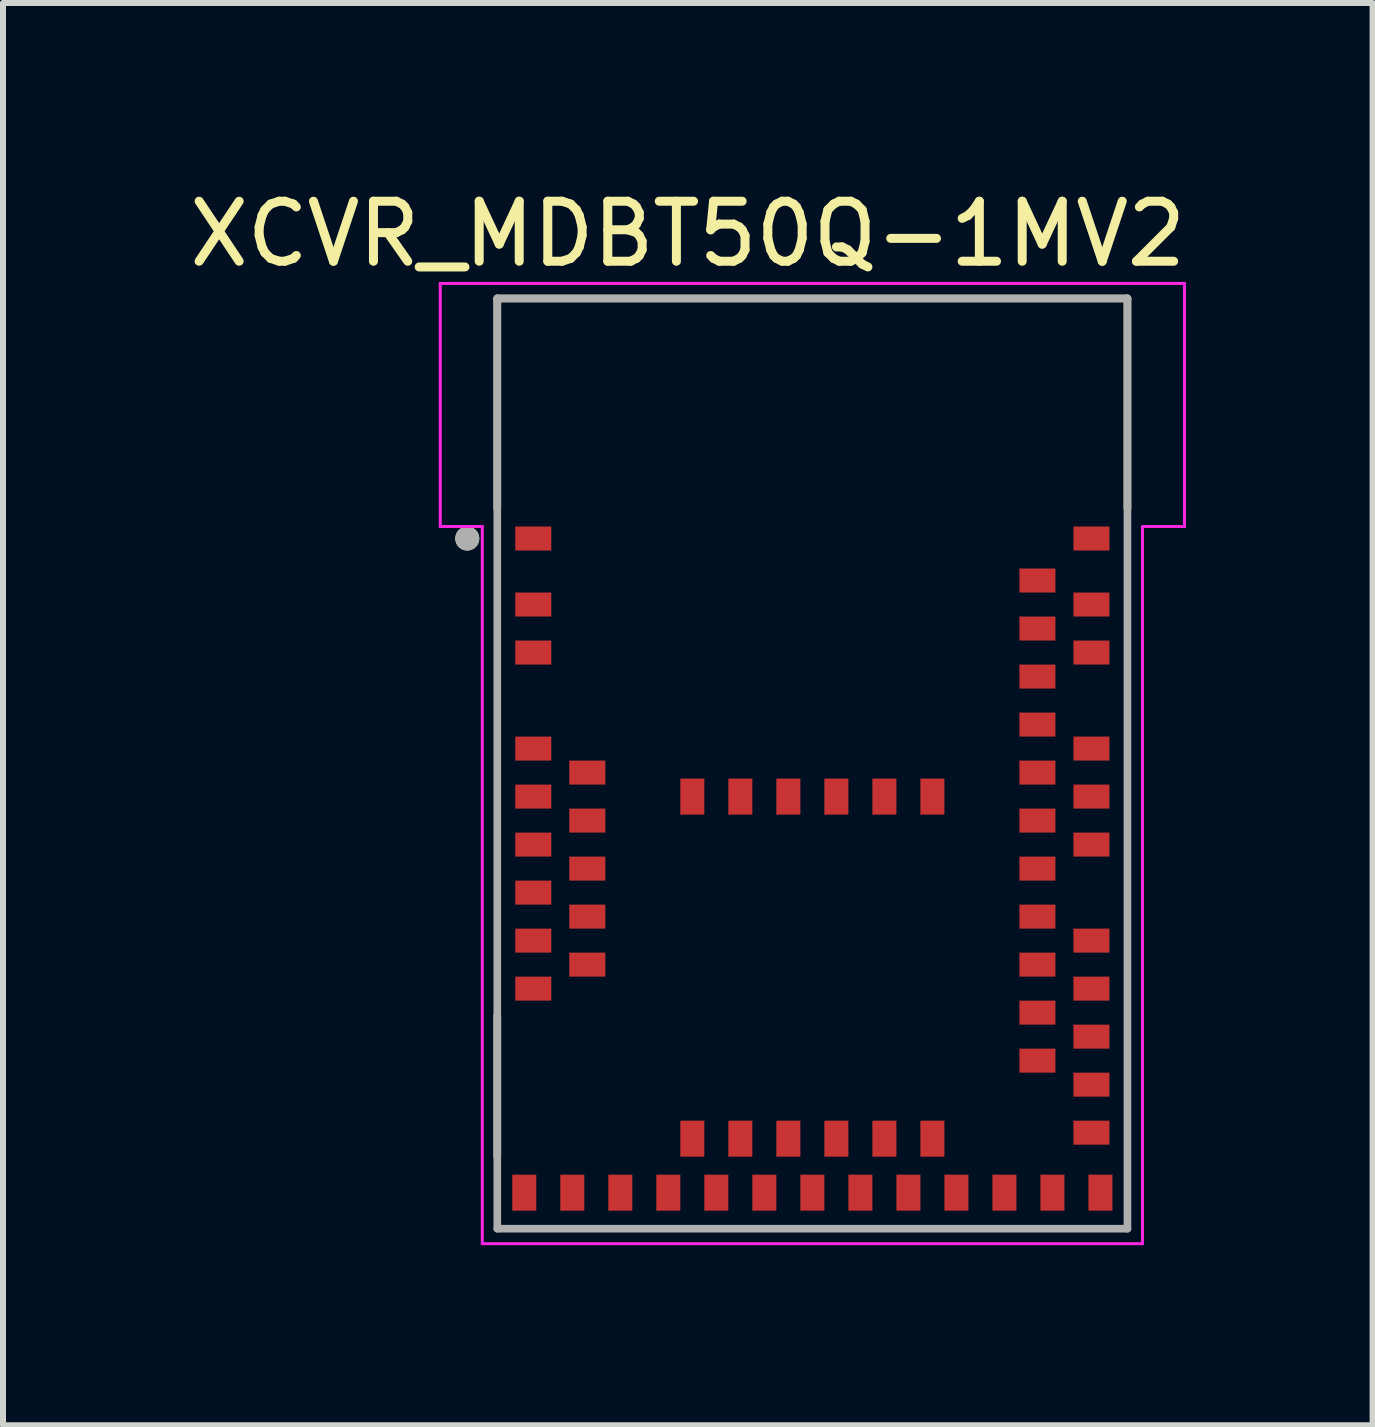
<source format=kicad_pcb>
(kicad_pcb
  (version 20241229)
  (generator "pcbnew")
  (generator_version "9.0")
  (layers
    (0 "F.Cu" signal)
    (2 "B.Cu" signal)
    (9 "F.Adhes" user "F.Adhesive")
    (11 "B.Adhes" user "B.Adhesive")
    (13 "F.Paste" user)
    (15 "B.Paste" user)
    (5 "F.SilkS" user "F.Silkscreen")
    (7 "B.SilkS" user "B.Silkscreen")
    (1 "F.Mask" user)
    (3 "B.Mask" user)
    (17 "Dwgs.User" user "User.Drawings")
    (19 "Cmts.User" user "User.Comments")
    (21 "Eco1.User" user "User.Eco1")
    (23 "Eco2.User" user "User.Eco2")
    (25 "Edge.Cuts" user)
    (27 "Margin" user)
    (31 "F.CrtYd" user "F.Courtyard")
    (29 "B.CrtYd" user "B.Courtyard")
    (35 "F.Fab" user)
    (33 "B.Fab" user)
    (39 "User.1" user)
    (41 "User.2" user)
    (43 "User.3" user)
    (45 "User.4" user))
  (footprint "XCVR_MDBT50Q-1MV2"
    (layer "F.Cu")
    (at 10.486 9.673)
    (property "Reference" "XCVR_MDBT50Q-1MV2" (at -2.075 -8.825 0) (layer "F.SilkS") (effects (font (size 1 1) (thickness 0.15))))
    (attr smd)
    (fp_line (start -5.25 -7.75) (end 5.25 -7.75) (stroke (width 0.127) (type solid)) (layer "F.SilkS"))
    (fp_line (start -5.25 -4.25) (end -5.25 -7.75) (stroke (width 0.127) (type solid)) (layer "F.SilkS"))
    (fp_line (start -5.25 4.2) (end -5.25 6.55) (stroke (width 0.127) (type solid)) (layer "F.SilkS"))
    (fp_line (start 5.25 -7.75) (end 5.25 -4.25) (stroke (width 0.127) (type solid)) (layer "F.SilkS"))
    (fp_circle (center -5.75 -3.75) (end -5.65 -3.75) (stroke (width 0.2) (type solid)) (fill no) (layer "F.SilkS"))
    (fp_line (start -6.2 -8) (end 6.2 -8) (stroke (width 0.05) (type solid)) (layer "F.CrtYd"))
    (fp_line (start -6.2 -3.95) (end -6.2 -8) (stroke (width 0.05) (type solid)) (layer "F.CrtYd"))
    (fp_line (start -5.5 -3.95) (end -6.2 -3.95) (stroke (width 0.05) (type solid)) (layer "F.CrtYd"))
    (fp_line (start -5.5 8) (end -5.5 -3.95) (stroke (width 0.05) (type solid)) (layer "F.CrtYd"))
    (fp_line (start 5.5 -3.95) (end 5.5 8) (stroke (width 0.05) (type solid)) (layer "F.CrtYd"))
    (fp_line (start 5.5 8) (end -5.5 8) (stroke (width 0.05) (type solid)) (layer "F.CrtYd"))
    (fp_line (start 6.2 -8) (end 6.2 -3.95) (stroke (width 0.05) (type solid)) (layer "F.CrtYd"))
    (fp_line (start 6.2 -3.95) (end 5.5 -3.95) (stroke (width 0.05) (type solid)) (layer "F.CrtYd"))
    (fp_line (start -5.25 -7.75) (end 5.25 -7.75) (stroke (width 0.127) (type solid)) (layer "F.Fab"))
    (fp_line (start -5.25 7.75) (end -5.25 -7.75) (stroke (width 0.127) (type solid)) (layer "F.Fab"))
    (fp_line (start 5.25 -7.75) (end 5.25 7.75) (stroke (width 0.127) (type solid)) (layer "F.Fab"))
    (fp_line (start 5.25 7.75) (end -5.25 7.75) (stroke (width 0.127) (type solid)) (layer "F.Fab"))
    (fp_circle (center -5.75 -3.75) (end -5.65 -3.75) (stroke (width 0.2) (type solid)) (fill no) (layer "F.Fab"))
    (pad "1" smd rect (at -4.65 -3.75) (size 0.6 0.4) (layers "F.Cu" "F.Mask" "F.Paste"))
    (pad "2" smd rect (at -4.65 -2.65) (size 0.6 0.4) (layers "F.Cu" "F.Mask" "F.Paste"))
    (pad "3" smd rect (at -4.65 -1.85) (size 0.6 0.4) (layers "F.Cu" "F.Mask" "F.Paste"))
    (pad "4" smd rect (at -4.65 -0.25) (size 0.6 0.4) (layers "F.Cu" "F.Mask" "F.Paste"))
    (pad "5" smd rect (at -3.75 0.15) (size 0.6 0.4) (layers "F.Cu" "F.Mask" "F.Paste"))
    (pad "6" smd rect (at -4.65 0.55) (size 0.6 0.4) (layers "F.Cu" "F.Mask" "F.Paste"))
    (pad "7" smd rect (at -3.75 0.95) (size 0.6 0.4) (layers "F.Cu" "F.Mask" "F.Paste"))
    (pad "8" smd rect (at -4.65 1.35) (size 0.6 0.4) (layers "F.Cu" "F.Mask" "F.Paste"))
    (pad "9" smd rect (at -3.75 1.75) (size 0.6 0.4) (layers "F.Cu" "F.Mask" "F.Paste"))
    (pad "10" smd rect (at -4.65 2.15) (size 0.6 0.4) (layers "F.Cu" "F.Mask" "F.Paste"))
    (pad "11" smd rect (at -3.75 2.55) (size 0.6 0.4) (layers "F.Cu" "F.Mask" "F.Paste"))
    (pad "12" smd rect (at -4.65 2.95) (size 0.6 0.4) (layers "F.Cu" "F.Mask" "F.Paste"))
    (pad "13" smd rect (at -3.75 3.35) (size 0.6 0.4) (layers "F.Cu" "F.Mask" "F.Paste"))
    (pad "14" smd rect (at -4.65 3.75) (size 0.6 0.4) (layers "F.Cu" "F.Mask" "F.Paste"))
    (pad "15" smd rect (at -4.8 7.15) (size 0.4 0.6) (layers "F.Cu" "F.Mask" "F.Paste"))
    (pad "16" smd rect (at -4 7.15) (size 0.4 0.6) (layers "F.Cu" "F.Mask" "F.Paste"))
    (pad "17" smd rect (at -3.2 7.15) (size 0.4 0.6) (layers "F.Cu" "F.Mask" "F.Paste"))
    (pad "18" smd rect (at -2.4 7.15) (size 0.4 0.6) (layers "F.Cu" "F.Mask" "F.Paste"))
    (pad "19" smd rect (at -2 6.25) (size 0.4 0.6) (layers "F.Cu" "F.Mask" "F.Paste"))
    (pad "20" smd rect (at -1.6 7.15) (size 0.4 0.6) (layers "F.Cu" "F.Mask" "F.Paste"))
    (pad "21" smd rect (at -1.2 6.25) (size 0.4 0.6) (layers "F.Cu" "F.Mask" "F.Paste"))
    (pad "22" smd rect (at -0.8 7.15) (size 0.4 0.6) (layers "F.Cu" "F.Mask" "F.Paste"))
    (pad "23" smd rect (at -0.4 6.25) (size 0.4 0.6) (layers "F.Cu" "F.Mask" "F.Paste"))
    (pad "24" smd rect (at 0 7.15) (size 0.4 0.6) (layers "F.Cu" "F.Mask" "F.Paste"))
    (pad "25" smd rect (at 0.4 6.25) (size 0.4 0.6) (layers "F.Cu" "F.Mask" "F.Paste"))
    (pad "26" smd rect (at 0.8 7.15) (size 0.4 0.6) (layers "F.Cu" "F.Mask" "F.Paste"))
    (pad "27" smd rect (at 1.2 6.25) (size 0.4 0.6) (layers "F.Cu" "F.Mask" "F.Paste"))
    (pad "28" smd rect (at 1.6 7.15) (size 0.4 0.6) (layers "F.Cu" "F.Mask" "F.Paste"))
    (pad "29" smd rect (at 2 6.25) (size 0.4 0.6) (layers "F.Cu" "F.Mask" "F.Paste"))
    (pad "30" smd rect (at 2.4 7.15) (size 0.4 0.6) (layers "F.Cu" "F.Mask" "F.Paste"))
    (pad "31" smd rect (at 3.2 7.15) (size 0.4 0.6) (layers "F.Cu" "F.Mask" "F.Paste"))
    (pad "32" smd rect (at 4 7.15) (size 0.4 0.6) (layers "F.Cu" "F.Mask" "F.Paste"))
    (pad "33" smd rect (at 4.8 7.15) (size 0.4 0.6) (layers "F.Cu" "F.Mask" "F.Paste"))
    (pad "34" smd rect (at 4.65 6.15) (size 0.6 0.4) (layers "F.Cu" "F.Mask" "F.Paste"))
    (pad "35" smd rect (at 4.65 5.35) (size 0.6 0.4) (layers "F.Cu" "F.Mask" "F.Paste"))
    (pad "36" smd rect (at 3.75 4.95) (size 0.6 0.4) (layers "F.Cu" "F.Mask" "F.Paste"))
    (pad "37" smd rect (at 4.65 4.55) (size 0.6 0.4) (layers "F.Cu" "F.Mask" "F.Paste"))
    (pad "38" smd rect (at 3.75 4.15) (size 0.6 0.4) (layers "F.Cu" "F.Mask" "F.Paste"))
    (pad "39" smd rect (at 4.65 3.75) (size 0.6 0.4) (layers "F.Cu" "F.Mask" "F.Paste"))
    (pad "40" smd rect (at 3.75 3.35) (size 0.6 0.4) (layers "F.Cu" "F.Mask" "F.Paste"))
    (pad "41" smd rect (at 4.65 2.95) (size 0.6 0.4) (layers "F.Cu" "F.Mask" "F.Paste"))
    (pad "42" smd rect (at 3.75 2.55) (size 0.6 0.4) (layers "F.Cu" "F.Mask" "F.Paste"))
    (pad "43" smd rect (at 3.75 1.75) (size 0.6 0.4) (layers "F.Cu" "F.Mask" "F.Paste"))
    (pad "44" smd rect (at 4.65 1.35) (size 0.6 0.4) (layers "F.Cu" "F.Mask" "F.Paste"))
    (pad "45" smd rect (at 3.75 0.95) (size 0.6 0.4) (layers "F.Cu" "F.Mask" "F.Paste"))
    (pad "46" smd rect (at 4.65 0.55) (size 0.6 0.4) (layers "F.Cu" "F.Mask" "F.Paste"))
    (pad "47" smd rect (at 3.75 0.15) (size 0.6 0.4) (layers "F.Cu" "F.Mask" "F.Paste"))
    (pad "48" smd rect (at 4.65 -0.25) (size 0.6 0.4) (layers "F.Cu" "F.Mask" "F.Paste"))
    (pad "49" smd rect (at 3.75 -0.65) (size 0.6 0.4) (layers "F.Cu" "F.Mask" "F.Paste"))
    (pad "50" smd rect (at 3.75 -1.45) (size 0.6 0.4) (layers "F.Cu" "F.Mask" "F.Paste"))
    (pad "51" smd rect (at 4.65 -1.85) (size 0.6 0.4) (layers "F.Cu" "F.Mask" "F.Paste"))
    (pad "52" smd rect (at 3.75 -2.25) (size 0.6 0.4) (layers "F.Cu" "F.Mask" "F.Paste"))
    (pad "53" smd rect (at 4.65 -2.65) (size 0.6 0.4) (layers "F.Cu" "F.Mask" "F.Paste"))
    (pad "54" smd rect (at 3.75 -3.05) (size 0.6 0.4) (layers "F.Cu" "F.Mask" "F.Paste"))
    (pad "55" smd rect (at 4.65 -3.75) (size 0.6 0.4) (layers "F.Cu" "F.Mask" "F.Paste"))
    (pad "56" smd rect (at -2 0.55) (size 0.4 0.6) (layers "F.Cu" "F.Mask" "F.Paste"))
    (pad "57" smd rect (at -1.2 0.55) (size 0.4 0.6) (layers "F.Cu" "F.Mask" "F.Paste"))
    (pad "58" smd rect (at -0.4 0.55) (size 0.4 0.6) (layers "F.Cu" "F.Mask" "F.Paste"))
    (pad "59" smd rect (at 0.4 0.55) (size 0.4 0.6) (layers "F.Cu" "F.Mask" "F.Paste"))
    (pad "60" smd rect (at 1.2 0.55) (size 0.4 0.6) (layers "F.Cu" "F.Mask" "F.Paste"))
    (pad "61" smd rect (at 2 0.55) (size 0.4 0.6) (layers "F.Cu" "F.Mask" "F.Paste"))
    (zone (net_name "") (layer "F.Cu") (hatch full 0.508) (connect_pads) (min_thickness 0.01) (filled_areas_thickness no) (keepout (tracks not_allowed) (vias not_allowed) (pads not_allowed) (copperpour not_allowed) (footprints allowed)) (placement (enabled no)) (fill) (polygon (pts (xy 4.286 1.923) (xy 16.686 1.923) (xy 16.686 5.723) (xy 4.286 5.723))))
    (zone (net_name "") (layer "F.Cu") (hatch full 0.508) (connect_pads) (min_thickness 0.01) (filled_areas_thickness no) (keepout (tracks not_allowed) (vias not_allowed) (pads not_allowed) (copperpour not_allowed) (footprints allowed)) (placement (enabled no)) (fill) (polygon (pts (xy 8.186 5.723) (xy 9.786 5.723) (xy 9.786 6.923) (xy 8.186 6.923))))
    (zone (net_name "") (layers "F.Cu" "B.Cu") (hatch full 0.508) (connect_pads) (min_thickness 0.01) (filled_areas_thickness no) (keepout (tracks allowed) (vias not_allowed) (pads allowed) (copperpour allowed) (footprints allowed)) (placement (enabled no)) (fill) (polygon (pts (xy 4.286 1.923) (xy 16.686 1.923) (xy 16.686 5.723) (xy 4.286 5.723))))
    (zone (net_name "") (layers "F.Cu" "B.Cu") (hatch full 0.508) (connect_pads) (min_thickness 0.01) (filled_areas_thickness no) (keepout (tracks allowed) (vias not_allowed) (pads allowed) (copperpour allowed) (footprints allowed)) (placement (enabled no)) (fill) (polygon (pts (xy 8.186 5.723) (xy 9.786 5.723) (xy 9.786 6.923) (xy 8.186 6.923))))
    (zone (net_name "") (layer "B.Cu") (hatch full 0.508) (connect_pads) (min_thickness 0.01) (filled_areas_thickness no) (keepout (tracks not_allowed) (vias not_allowed) (pads not_allowed) (copperpour not_allowed) (footprints allowed)) (placement (enabled no)) (fill) (polygon (pts (xy 4.286 1.923) (xy 16.686 1.923) (xy 16.686 5.723) (xy 4.286 5.723)))))
  (gr_rect
    (start -3 -3)
    (end 19.821 20.698)
    (stroke (width 0.1) (type default))
    (fill no)
    (layer "Edge.Cuts")))
</source>
